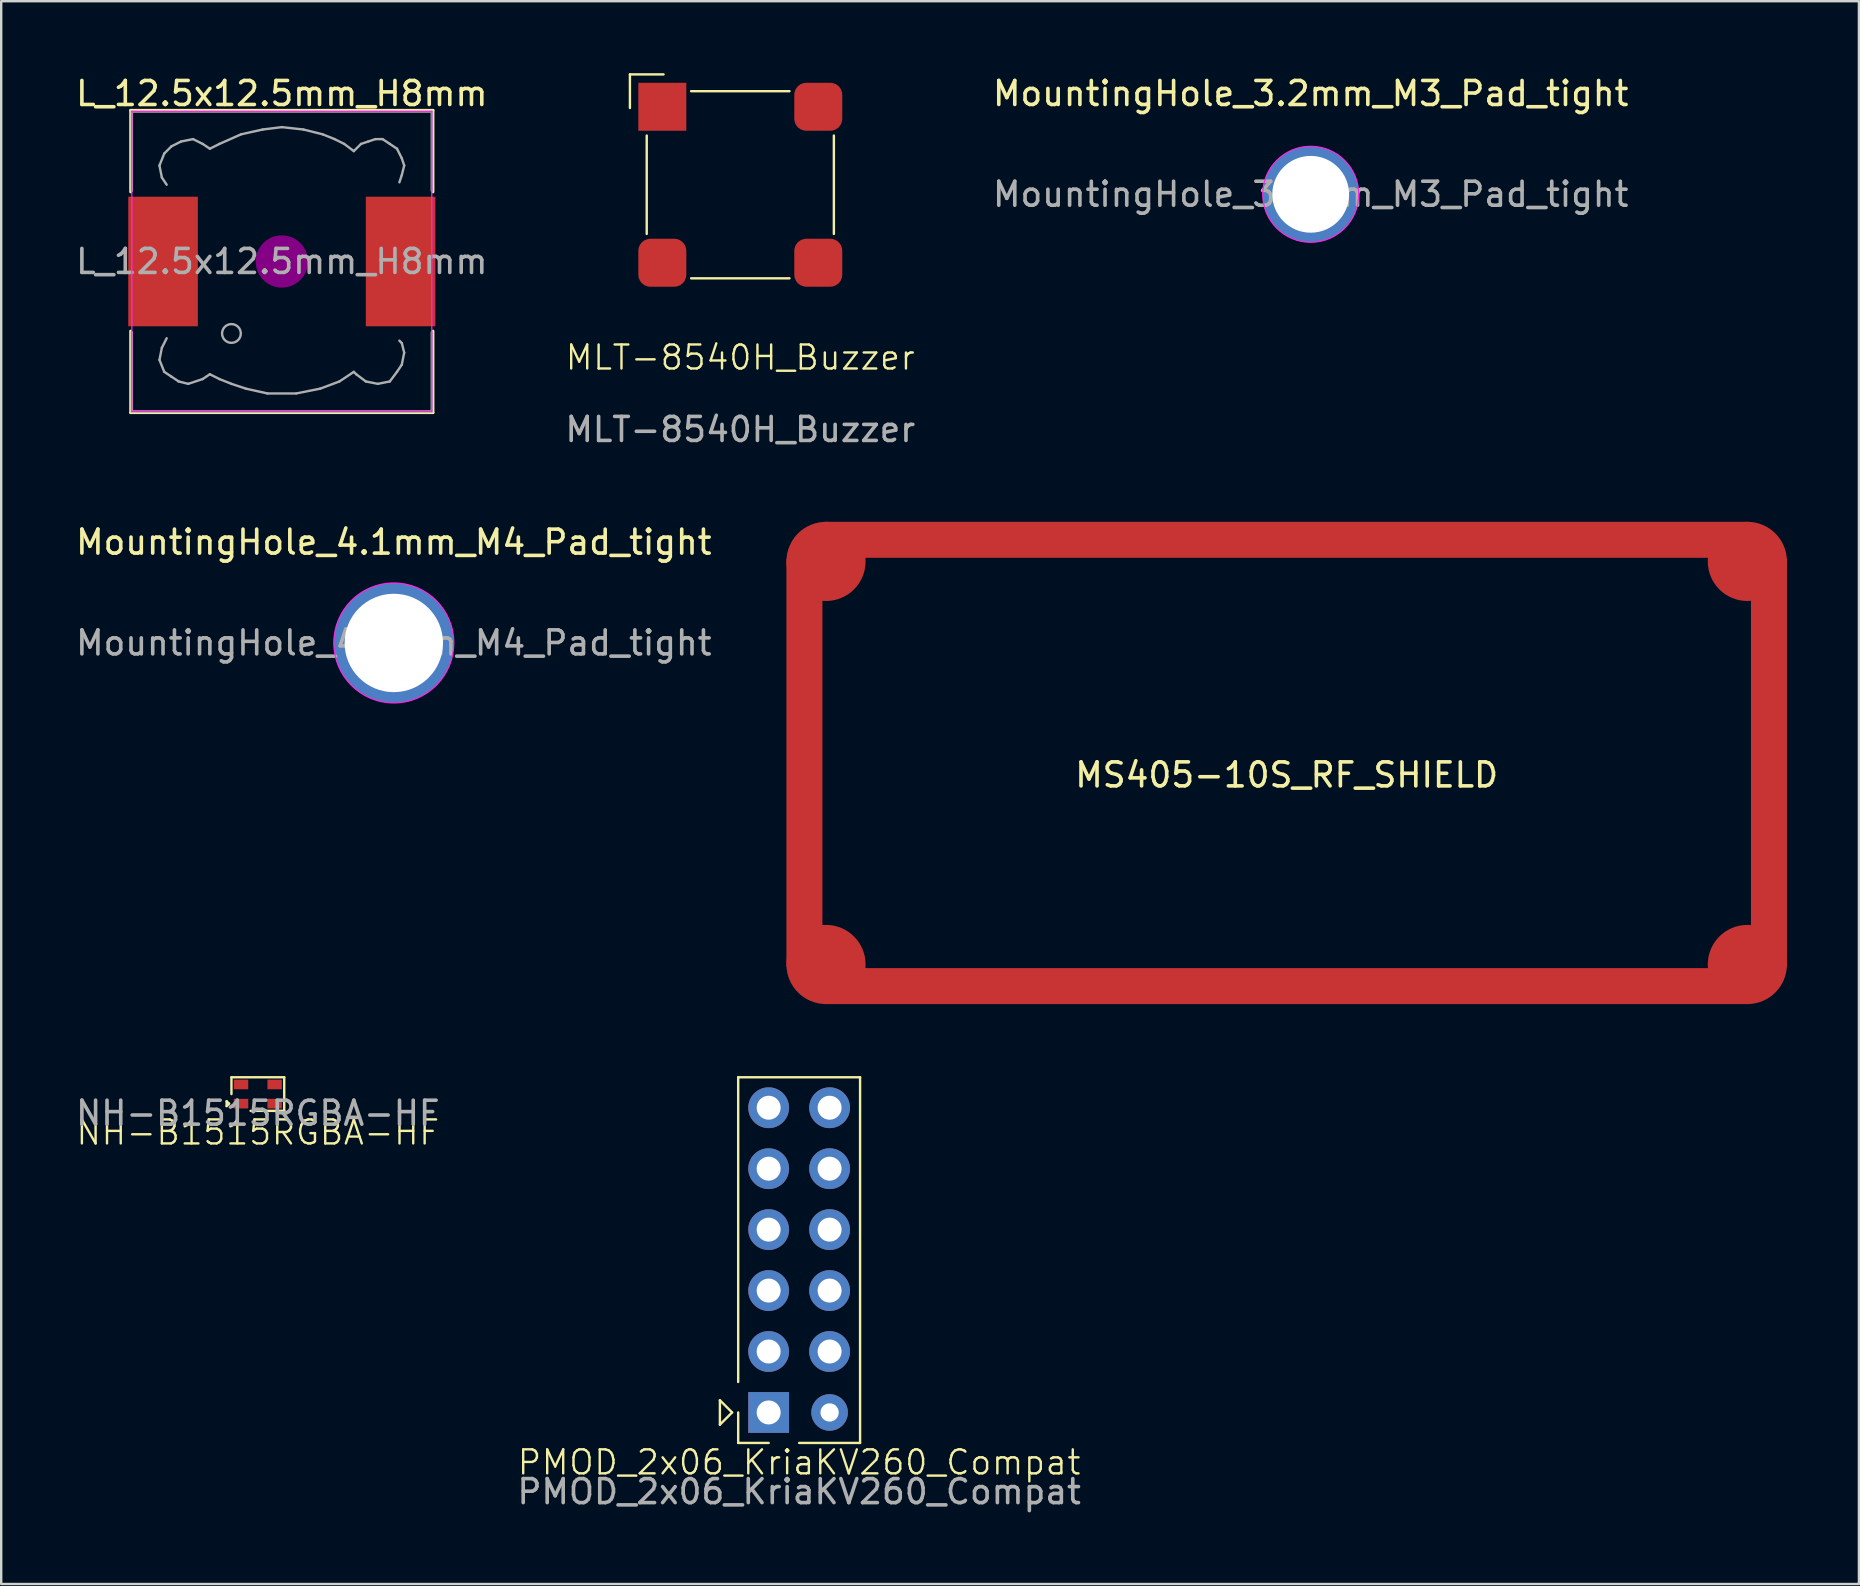
<source format=kicad_pcb>
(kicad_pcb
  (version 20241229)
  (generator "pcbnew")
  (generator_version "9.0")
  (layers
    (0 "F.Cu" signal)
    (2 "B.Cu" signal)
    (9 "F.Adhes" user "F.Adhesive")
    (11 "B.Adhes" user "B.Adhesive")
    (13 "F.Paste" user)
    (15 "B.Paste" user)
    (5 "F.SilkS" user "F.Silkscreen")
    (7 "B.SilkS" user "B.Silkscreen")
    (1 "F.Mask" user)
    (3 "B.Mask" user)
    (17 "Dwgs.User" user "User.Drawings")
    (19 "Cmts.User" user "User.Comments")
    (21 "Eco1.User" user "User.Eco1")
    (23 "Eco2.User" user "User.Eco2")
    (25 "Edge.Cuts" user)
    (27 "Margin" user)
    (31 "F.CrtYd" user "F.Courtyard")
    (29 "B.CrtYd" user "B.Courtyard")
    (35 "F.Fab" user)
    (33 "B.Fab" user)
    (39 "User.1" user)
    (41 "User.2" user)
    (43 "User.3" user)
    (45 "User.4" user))
  (footprint "MS405-10S_RF_SHIELD"
    (layer "F.Cu")
    (at 50.576 28.748)
    (property "Reference" "MS405-10S_RF_SHIELD" (at 0 0.5 0) (layer "F.SilkS") (effects (font (size 1 1) (thickness 0.15))))
    (attr through_hole)
    (pad "1" smd rect (at -20.1 0) (size 1.5 17) (layers "F.Cu" "F.Mask" "F.Paste"))
    (pad "1" smd circle (at -19.2 -8.4) (size 3.3 3.3) (layers "F.Cu" "F.Mask" "F.Paste"))
    (pad "1" smd circle (at -19.2 8.4) (size 3.3 3.3) (layers "F.Cu" "F.Mask" "F.Paste"))
    (pad "1" smd rect (at 0 -9.3) (size 38.5 1.5) (layers "F.Cu" "F.Mask" "F.Paste"))
    (pad "1" smd rect (at 0 9.3) (size 38.5 1.5) (layers "F.Cu" "F.Mask" "F.Paste"))
    (pad "1" smd circle (at 19.2 -8.4) (size 3.3 3.3) (layers "F.Cu" "F.Mask" "F.Paste"))
    (pad "1" smd circle (at 19.2 8.4) (size 3.3 3.3) (layers "F.Cu" "F.Mask" "F.Paste"))
    (pad "1" smd rect (at 20.1 0) (size 1.5 17) (layers "F.Cu" "F.Mask" "F.Paste")))
  (footprint "PMOD_2x06_KriaKV260_Compat"
    (layer "F.Cu")
    (at 30.256 49.468)
    (property "Reference" "PMOD_2x06_KriaKV260_Compat" (at 0 8.43 0) (unlocked yes) (layer "F.SilkS") (effects (font (size 1 1) (thickness 0.1))))
    (attr through_hole)
    (fp_line (start -3.302 5.842) (end -3.302 6.858) (stroke (width 0.1) (type default)) (layer "F.SilkS"))
    (fp_line (start -3.302 6.858) (end -2.794 6.35) (stroke (width 0.1) (type default)) (layer "F.SilkS"))
    (fp_line (start -2.794 6.35) (end -3.302 5.842) (stroke (width 0.1) (type default)) (layer "F.SilkS"))
    (fp_line (start -2.54 -7.62) (end 2.54 -7.62) (stroke (width 0.1) (type default)) (layer "F.SilkS"))
    (fp_line (start -2.54 5.08) (end -2.54 -7.62) (stroke (width 0.1) (type default)) (layer "F.SilkS"))
    (fp_line (start -2.54 7.62) (end -2.54 6.35) (stroke (width 0.1) (type default)) (layer "F.SilkS"))
    (fp_line (start -1.27 7.62) (end -2.54 7.62) (stroke (width 0.1) (type default)) (layer "F.SilkS"))
    (fp_line (start 2.54 -7.62) (end 2.54 7.62) (stroke (width 0.1) (type default)) (layer "F.SilkS"))
    (fp_line (start 2.54 7.62) (end 0 7.62) (stroke (width 0.1) (type default)) (layer "F.SilkS"))
    (fp_text user "${REFERENCE}" (at 0 9.652 0) (unlocked yes) (layer "F.Fab") (effects (font (size 1 1) (thickness 0.15))))
    (pad "1" thru_hole rect (at -1.27 6.35) (size 1.7 1.7) (drill 1) (layers "*.Cu" "*.Mask"))
    (pad "2" thru_hole circle (at 1.27 6.35) (size 1.524 1.524) (drill 0.762) (layers "*.Cu" "*.Mask"))
    (pad "3" thru_hole circle (at -1.27 3.81) (size 1.7 1.7) (drill 1) (layers "*.Cu" "*.Mask"))
    (pad "4" thru_hole circle (at 1.27 3.81) (size 1.7 1.7) (drill 1) (layers "*.Cu" "*.Mask"))
    (pad "5" thru_hole circle (at -1.27 1.27) (size 1.7 1.7) (drill 1) (layers "*.Cu" "*.Mask"))
    (pad "6" thru_hole circle (at 1.27 1.27) (size 1.7 1.7) (drill 1) (layers "*.Cu" "*.Mask"))
    (pad "7" thru_hole circle (at -1.27 -1.27) (size 1.7 1.7) (drill 1) (layers "*.Cu" "*.Mask"))
    (pad "8" thru_hole circle (at 1.27 -1.27) (size 1.7 1.7) (drill 1) (layers "*.Cu" "*.Mask"))
    (pad "9" thru_hole circle (at -1.27 -3.81) (size 1.7 1.7) (drill 1) (layers "*.Cu" "*.Mask"))
    (pad "10" thru_hole circle (at 1.27 -3.81) (size 1.7 1.7) (drill 1) (layers "*.Cu" "*.Mask"))
    (pad "11" thru_hole circle (at -1.27 -6.35) (size 1.7 1.7) (drill 1) (layers "*.Cu" "*.Mask"))
    (pad "12" thru_hole circle (at 1.27 -6.35) (size 1.7 1.7) (drill 1) (layers "*.Cu" "*.Mask")))
  (footprint "MLT-8540H_Buzzer"
    (layer "F.Cu")
    (at 27.804 4.65)
    (property "Reference" "MLT-8540H_Buzzer" (at 0 7.2 0) (unlocked yes) (layer "F.SilkS") (effects (font (size 1 1) (thickness 0.1))))
    (attr smd)
    (fp_line (start -4.6 -3.2) (end -4.6 -4.6) (stroke (width 0.1) (type default)) (layer "F.SilkS"))
    (fp_line (start -3.9 2.05) (end -3.9 -2.05) (stroke (width 0.1) (type default)) (layer "F.SilkS"))
    (fp_line (start -3.2 -4.6) (end -4.6 -4.6) (stroke (width 0.1) (type default)) (layer "F.SilkS"))
    (fp_line (start -2.05 -3.9) (end 2.05 -3.9) (stroke (width 0.1) (type default)) (layer "F.SilkS"))
    (fp_line (start 2.05 3.9) (end -2.05 3.9) (stroke (width 0.1) (type default)) (layer "F.SilkS"))
    (fp_line (start 3.9 2.05) (end 3.9 -2.05) (stroke (width 0.1) (type default)) (layer "F.SilkS"))
    (fp_text user "${REFERENCE}" (at 0 10.2 0) (unlocked yes) (layer "F.Fab") (effects (font (size 1 1) (thickness 0.15))))
    (pad "" smd roundrect (at 3.25 -3.25) (size 2 2) (layers "F.Cu" "F.Mask" "F.Paste") (roundrect_rratio 0.25))
    (pad "" smd roundrect (at 3.25 3.25) (size 2 2) (layers "F.Cu" "F.Mask" "F.Paste") (roundrect_rratio 0.25))
    (pad "1" smd rect (at -3.25 -3.25) (size 2 2) (layers "F.Cu" "F.Mask" "F.Paste"))
    (pad "2" smd roundrect (at -3.25 3.25) (size 2 2) (layers "F.Cu" "F.Mask" "F.Paste") (roundrect_rratio 0.25)))
  (footprint "L_12.5x12.5mm_H8mm"
    (layer "F.Cu")
    (at 8.696 7.848)
    (property "Reference" "L_12.5x12.5mm_H8mm" (at 0 -7 0) (layer "F.SilkS") (effects (font (size 1 1) (thickness 0.15))))
    (attr smd)
    (fp_line (start -6.3 -6.3) (end 6.3 -6.3) (stroke (width 0.12) (type solid)) (layer "F.SilkS"))
    (fp_line (start -6.3 -2.9) (end -6.3 -6.3) (stroke (width 0.12) (type solid)) (layer "F.SilkS"))
    (fp_line (start -6.3 6.3) (end -6.3 2.9) (stroke (width 0.12) (type solid)) (layer "F.SilkS"))
    (fp_line (start 6.3 -6.3) (end 6.3 -2.9) (stroke (width 0.12) (type solid)) (layer "F.SilkS"))
    (fp_line (start 6.3 2.9) (end 6.3 6.3) (stroke (width 0.12) (type solid)) (layer "F.SilkS"))
    (fp_line (start 6.3 6.3) (end -6.3 6.3) (stroke (width 0.12) (type solid)) (layer "F.SilkS"))
    (fp_circle (center 0 0) (end 0.15 0.15) (stroke (width 0.38) (type solid)) (fill no) (layer "F.Adhes"))
    (fp_circle (center 0 0) (end 0.55 0) (stroke (width 0.38) (type solid)) (fill no) (layer "F.Adhes"))
    (fp_circle (center 0 0) (end 0.9 0) (stroke (width 0.38) (type solid)) (fill no) (layer "F.Adhes"))
    (fp_line (start -6.25 -6.25) (end 6.25 -6.25) (stroke (width 0.05) (type solid)) (layer "F.CrtYd"))
    (fp_line (start -6.25 6.25) (end -6.25 -6.25) (stroke (width 0.05) (type solid)) (layer "F.CrtYd"))
    (fp_line (start 6.25 -6.25) (end 6.25 6.25) (stroke (width 0.05) (type solid)) (layer "F.CrtYd"))
    (fp_line (start 6.25 6.25) (end -6.25 6.25) (stroke (width 0.05) (type solid)) (layer "F.CrtYd"))
    (fp_line (start -6.25 -6.25) (end -6.25 -2.95) (stroke (width 0.1) (type solid)) (layer "F.Fab"))
    (fp_line (start -6.25 2.95) (end -6.25 6.25) (stroke (width 0.1) (type solid)) (layer "F.Fab"))
    (fp_line (start -6.25 6.25) (end 6.25 6.25) (stroke (width 0.1) (type solid)) (layer "F.Fab"))
    (fp_line (start -5.1 -4) (end -5 -3.5) (stroke (width 0.1) (type solid)) (layer "F.Fab"))
    (fp_line (start -5.1 4.1) (end -5 3.6) (stroke (width 0.1) (type solid)) (layer "F.Fab"))
    (fp_line (start -5 -3.5) (end -4.8 -3.2) (stroke (width 0.1) (type solid)) (layer "F.Fab"))
    (fp_line (start -5 3.6) (end -4.8 3.2) (stroke (width 0.1) (type solid)) (layer "F.Fab"))
    (fp_line (start -4.9 -4.5) (end -5.1 -4) (stroke (width 0.1) (type solid)) (layer "F.Fab"))
    (fp_line (start -4.9 4.6) (end -5.1 4.1) (stroke (width 0.1) (type solid)) (layer "F.Fab"))
    (fp_line (start -4.6 -4.8) (end -4.9 -4.5) (stroke (width 0.1) (type solid)) (layer "F.Fab"))
    (fp_line (start -4.6 4.8) (end -4.9 4.6) (stroke (width 0.1) (type solid)) (layer "F.Fab"))
    (fp_line (start -4.3 5) (end -4.6 4.8) (stroke (width 0.1) (type solid)) (layer "F.Fab"))
    (fp_line (start -4.2 -5) (end -4.6 -4.8) (stroke (width 0.1) (type solid)) (layer "F.Fab"))
    (fp_line (start -3.9 5.1) (end -4.3 5) (stroke (width 0.1) (type solid)) (layer "F.Fab"))
    (fp_line (start -3.7 -5.1) (end -4.2 -5) (stroke (width 0.1) (type solid)) (layer "F.Fab"))
    (fp_line (start -3.3 -4.9) (end -3.7 -5.1) (stroke (width 0.1) (type solid)) (layer "F.Fab"))
    (fp_line (start -3.3 4.9) (end -3.9 5.1) (stroke (width 0.1) (type solid)) (layer "F.Fab"))
    (fp_line (start -3 -4.7) (end -3.3 -4.9) (stroke (width 0.1) (type solid)) (layer "F.Fab"))
    (fp_line (start -3 4.7) (end -3.3 4.9) (stroke (width 0.1) (type solid)) (layer "F.Fab"))
    (fp_line (start -2.6 -4.9) (end -3 -4.7) (stroke (width 0.1) (type solid)) (layer "F.Fab"))
    (fp_line (start -2.6 4.9) (end -3 4.7) (stroke (width 0.1) (type solid)) (layer "F.Fab"))
    (fp_line (start -2.1 5.1) (end -2.6 4.9) (stroke (width 0.1) (type solid)) (layer "F.Fab"))
    (fp_line (start -1.7 -5.3) (end -2.6 -4.9) (stroke (width 0.1) (type solid)) (layer "F.Fab"))
    (fp_line (start -1.5 5.3) (end -2.1 5.1) (stroke (width 0.1) (type solid)) (layer "F.Fab"))
    (fp_line (start -0.8 -5.5) (end -1.7 -5.3) (stroke (width 0.1) (type solid)) (layer "F.Fab"))
    (fp_line (start -0.6 5.5) (end -1.5 5.3) (stroke (width 0.1) (type solid)) (layer "F.Fab"))
    (fp_line (start 0 -5.6) (end -0.8 -5.5) (stroke (width 0.1) (type solid)) (layer "F.Fab"))
    (fp_line (start 0.6 5.5) (end -0.6 5.5) (stroke (width 0.1) (type solid)) (layer "F.Fab"))
    (fp_line (start 0.9 -5.5) (end 0 -5.6) (stroke (width 0.1) (type solid)) (layer "F.Fab"))
    (fp_line (start 1.6 5.3) (end 0.6 5.5) (stroke (width 0.1) (type solid)) (layer "F.Fab"))
    (fp_line (start 1.7 -5.3) (end 0.9 -5.5) (stroke (width 0.1) (type solid)) (layer "F.Fab"))
    (fp_line (start 2.2 -5.1) (end 1.7 -5.3) (stroke (width 0.1) (type solid)) (layer "F.Fab"))
    (fp_line (start 2.4 5) (end 1.6 5.3) (stroke (width 0.1) (type solid)) (layer "F.Fab"))
    (fp_line (start 2.6 -4.9) (end 2.2 -5.1) (stroke (width 0.1) (type solid)) (layer "F.Fab"))
    (fp_line (start 3 -4.6) (end 2.6 -4.9) (stroke (width 0.1) (type solid)) (layer "F.Fab"))
    (fp_line (start 3 4.6) (end 2.4 5) (stroke (width 0.1) (type solid)) (layer "F.Fab"))
    (fp_line (start 3.1 4.7) (end 3 4.6) (stroke (width 0.1) (type solid)) (layer "F.Fab"))
    (fp_line (start 3.3 -4.9) (end 3 -4.6) (stroke (width 0.1) (type solid)) (layer "F.Fab"))
    (fp_line (start 3.5 5) (end 3.1 4.7) (stroke (width 0.1) (type solid)) (layer "F.Fab"))
    (fp_line (start 3.6 -5) (end 3.3 -4.9) (stroke (width 0.1) (type solid)) (layer "F.Fab"))
    (fp_line (start 3.9 -5.1) (end 3.6 -5) (stroke (width 0.1) (type solid)) (layer "F.Fab"))
    (fp_line (start 4 5.1) (end 3.5 5) (stroke (width 0.1) (type solid)) (layer "F.Fab"))
    (fp_line (start 4.2 -5.1) (end 3.9 -5.1) (stroke (width 0.1) (type solid)) (layer "F.Fab"))
    (fp_line (start 4.5 -4.9) (end 4.2 -5.1) (stroke (width 0.1) (type solid)) (layer "F.Fab"))
    (fp_line (start 4.5 5) (end 4 5.1) (stroke (width 0.1) (type solid)) (layer "F.Fab"))
    (fp_line (start 4.8 -4.7) (end 4.5 -4.9) (stroke (width 0.1) (type solid)) (layer "F.Fab"))
    (fp_line (start 4.8 4.6) (end 4.5 5) (stroke (width 0.1) (type solid)) (layer "F.Fab"))
    (fp_line (start 4.9 -3.3) (end 5 -3.6) (stroke (width 0.1) (type solid)) (layer "F.Fab"))
    (fp_line (start 4.9 3.3) (end 5 3.4) (stroke (width 0.1) (type solid)) (layer "F.Fab"))
    (fp_line (start 5 -4.3) (end 4.8 -4.7) (stroke (width 0.1) (type solid)) (layer "F.Fab"))
    (fp_line (start 5 -3.6) (end 5.1 -4) (stroke (width 0.1) (type solid)) (layer "F.Fab"))
    (fp_line (start 5 3.4) (end 5.1 3.8) (stroke (width 0.1) (type solid)) (layer "F.Fab"))
    (fp_line (start 5 4.3) (end 4.8 4.6) (stroke (width 0.1) (type solid)) (layer "F.Fab"))
    (fp_line (start 5.1 -4) (end 5 -4.3) (stroke (width 0.1) (type solid)) (layer "F.Fab"))
    (fp_line (start 5.1 3.8) (end 5 4.3) (stroke (width 0.1) (type solid)) (layer "F.Fab"))
    (fp_line (start 6.25 -6.25) (end -6.25 -6.25) (stroke (width 0.1) (type solid)) (layer "F.Fab"))
    (fp_line (start 6.25 -6.25) (end 6.25 -2.95) (stroke (width 0.1) (type solid)) (layer "F.Fab"))
    (fp_line (start 6.25 6.25) (end 6.25 2.95) (stroke (width 0.1) (type solid)) (layer "F.Fab"))
    (fp_circle (center -2.1 3) (end -1.8 3.25) (stroke (width 0.1) (type solid)) (fill no) (layer "F.Fab"))
    (fp_text user "${REFERENCE}" (at 0 0 0) (layer "F.Fab") (effects (font (size 1 1) (thickness 0.15))))
    (pad "1" smd rect (at -4.95 0) (size 2.9 5.4) (layers "F.Cu" "F.Mask" "F.Paste"))
    (pad "2" smd rect (at 4.95 0) (size 2.9 5.4) (layers "F.Cu" "F.Mask" "F.Paste")))
  (footprint "MountingHole_4.1mm_M4_Pad_tight"
    (layer "F.Cu")
    (at 13.363 23.747)
    (property "Reference" "MountingHole_4.1mm_M4_Pad_tight" (at 0 -4.2 0) (layer "F.SilkS") (effects (font (size 1 1) (thickness 0.15))))
    (attr exclude_from_pos_files exclude_from_bom)
    (fp_circle (center 0 0) (end 2.5 0) (stroke (width 0.05) (type solid)) (fill no) (layer "F.CrtYd"))
    (fp_text user "${REFERENCE}" (at 0 0 0) (layer "F.Fab") (effects (font (size 1 1) (thickness 0.15))))
    (pad "1" thru_hole circle (at 0 0) (size 5 5) (drill 4.1) (layers "*.Cu" "*.Mask")))
  (footprint "NH-B1515RGBA-HF"
    (layer "F.Cu")
    (at 7.696 42.548)
    (property "Reference" "NH-B1515RGBA-HF" (at 0 1.6 0) (unlocked yes) (layer "F.SilkS") (effects (font (size 1 1) (thickness 0.1))))
    (attr smd)
    (fp_line (start -1.3 0.3) (end -1.3 0.5) (stroke (width 0.1) (type default)) (layer "F.SilkS"))
    (fp_line (start -1.3 0.5) (end -1.2 0.4) (stroke (width 0.1) (type default)) (layer "F.SilkS"))
    (fp_line (start -1.2 0.4) (end -1.3 0.3) (stroke (width 0.1) (type default)) (layer "F.SilkS"))
    (fp_line (start -1.1 -0.7) (end 1.1 -0.7) (stroke (width 0.1) (type default)) (layer "F.SilkS"))
    (fp_line (start -1.1 0) (end -1.1 -0.7) (stroke (width 0.1) (type default)) (layer "F.SilkS"))
    (fp_line (start 1.1 -0.7) (end 1.1 0.7) (stroke (width 0.1) (type default)) (layer "F.SilkS"))
    (fp_line (start 1.1 0.7) (end -0.3 0.7) (stroke (width 0.1) (type default)) (layer "F.SilkS"))
    (fp_text user "${REFERENCE}" (at 0 0.8 0) (unlocked yes) (layer "F.Fab") (effects (font (size 1 1) (thickness 0.15))))
    (pad "1" smd rect (at 0.7 0.4) (size 0.6 0.4) (layers "F.Cu" "F.Mask" "F.Paste"))
    (pad "2" smd rect (at -0.7 0.4) (size 0.6 0.4) (layers "F.Cu" "F.Mask" "F.Paste"))
    (pad "3" smd rect (at -0.7 -0.4) (size 0.6 0.4) (layers "F.Cu" "F.Mask" "F.Paste"))
    (pad "4" smd rect (at 0.7 -0.4) (size 0.6 0.4) (layers "F.Cu" "F.Mask" "F.Paste")))
  (footprint "MountingHole_3.2mm_M3_Pad_tight"
    (layer "F.Cu")
    (at 51.577 5.048)
    (property "Reference" "MountingHole_3.2mm_M3_Pad_tight" (at 0 -4.2 0) (layer "F.SilkS") (effects (font (size 1 1) (thickness 0.15))))
    (attr exclude_from_pos_files exclude_from_bom)
    (fp_circle (center 0 0) (end 2 0) (stroke (width 0.05) (type solid)) (fill no) (layer "F.CrtYd"))
    (fp_text user "${REFERENCE}" (at 0 0 0) (layer "F.Fab") (effects (font (size 1 1) (thickness 0.15))))
    (pad "1" thru_hole circle (at 0 0) (size 4 4) (drill 3.2) (layers "*.Cu" "*.Mask")))
  (gr_rect
    (start -3 -3)
    (end 74.426 62.968)
    (stroke (width 0.1) (type default))
    (fill no)
    (layer "Edge.Cuts")))
</source>
